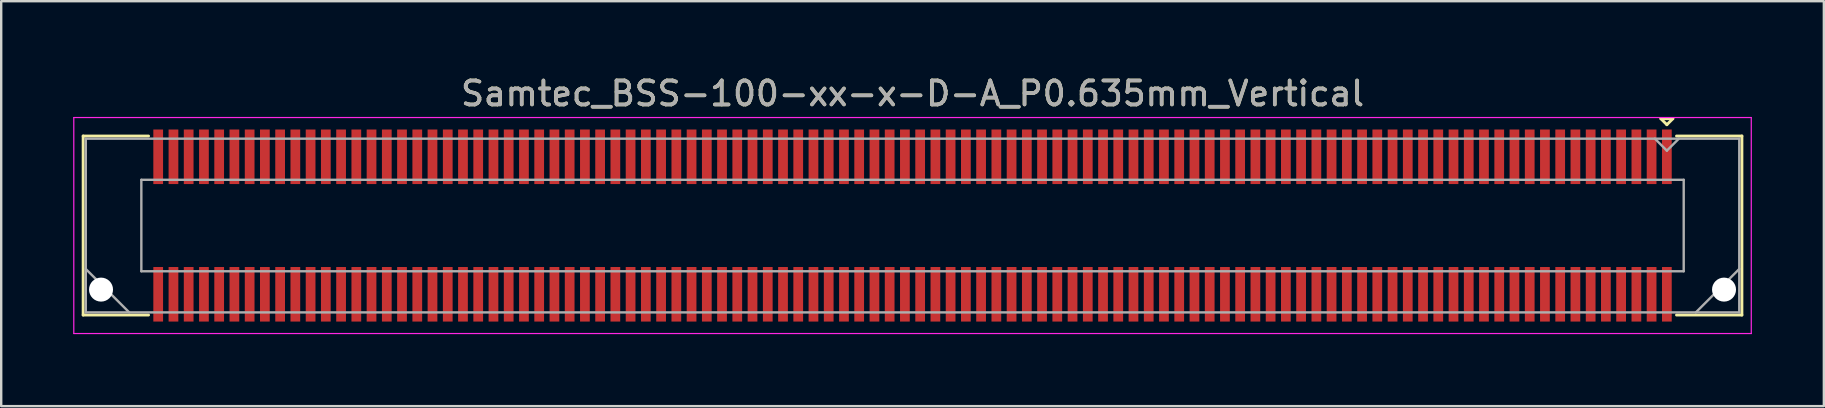
<source format=kicad_pcb>
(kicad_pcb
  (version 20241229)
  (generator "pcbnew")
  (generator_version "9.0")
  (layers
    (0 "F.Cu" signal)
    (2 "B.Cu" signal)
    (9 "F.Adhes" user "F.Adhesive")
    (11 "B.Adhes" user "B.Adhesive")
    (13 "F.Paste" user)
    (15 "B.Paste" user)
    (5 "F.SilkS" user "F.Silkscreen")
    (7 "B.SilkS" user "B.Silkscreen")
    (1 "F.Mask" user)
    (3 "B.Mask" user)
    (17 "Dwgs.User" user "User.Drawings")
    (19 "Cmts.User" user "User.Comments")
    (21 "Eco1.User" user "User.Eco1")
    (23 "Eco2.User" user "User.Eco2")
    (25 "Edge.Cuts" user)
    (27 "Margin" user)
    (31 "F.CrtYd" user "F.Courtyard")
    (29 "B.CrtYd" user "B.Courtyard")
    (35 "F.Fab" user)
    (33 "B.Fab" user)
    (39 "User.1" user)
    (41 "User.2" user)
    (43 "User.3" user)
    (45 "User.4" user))
  (footprint "Samtec_BSS-100-xx-x-D-A_P0.635mm_Vertical"
    (layer "F.Cu")
    (at 34.975 6.348)
    (property "Reference" "Samtec_BSS-100-xx-x-D-A_P0.635mm_Vertical" (at 0 -5.5 0) (layer "F.SilkS") (effects (font (size 1 1) (thickness 0.15))))
    (attr smd)
    (fp_line (start -34.56 -3.73) (end -31.835 -3.73) (stroke (width 0.12) (type solid)) (layer "F.SilkS"))
    (fp_line (start -34.56 3.73) (end -34.56 -3.73) (stroke (width 0.12) (type solid)) (layer "F.SilkS"))
    (fp_line (start -31.835 3.73) (end -34.56 3.73) (stroke (width 0.12) (type solid)) (layer "F.SilkS"))
    (fp_line (start 31.183 -4.452) (end 31.683 -4.452) (stroke (width 0.12) (type solid)) (layer "F.SilkS"))
    (fp_line (start 31.433 -4.202) (end 31.183 -4.452) (stroke (width 0.12) (type solid)) (layer "F.SilkS"))
    (fp_line (start 31.683 -4.452) (end 31.433 -4.202) (stroke (width 0.12) (type solid)) (layer "F.SilkS"))
    (fp_line (start 31.835 3.73) (end 34.56 3.73) (stroke (width 0.12) (type solid)) (layer "F.SilkS"))
    (fp_line (start 34.56 -3.73) (end 31.835 -3.73) (stroke (width 0.12) (type solid)) (layer "F.SilkS"))
    (fp_line (start 34.56 3.73) (end 34.56 -3.73) (stroke (width 0.12) (type solid)) (layer "F.SilkS"))
    (fp_line (start -34.95 -4.5) (end -34.95 4.5) (stroke (width 0.05) (type solid)) (layer "F.CrtYd"))
    (fp_line (start -34.95 4.5) (end 34.95 4.5) (stroke (width 0.05) (type solid)) (layer "F.CrtYd"))
    (fp_line (start 34.95 -4.5) (end -34.95 -4.5) (stroke (width 0.05) (type solid)) (layer "F.CrtYd"))
    (fp_line (start 34.95 4.5) (end 34.95 -4.5) (stroke (width 0.05) (type solid)) (layer "F.CrtYd"))
    (fp_line (start -34.45 -3.62) (end -34.45 3.62) (stroke (width 0.1) (type solid)) (layer "F.Fab"))
    (fp_line (start -34.45 1.81) (end -32.64 3.62) (stroke (width 0.1) (type solid)) (layer "F.Fab"))
    (fp_line (start -34.45 3.62) (end 34.45 3.62) (stroke (width 0.1) (type solid)) (layer "F.Fab"))
    (fp_line (start -32.135 -1.905) (end -32.135 1.905) (stroke (width 0.1) (type solid)) (layer "F.Fab"))
    (fp_line (start -32.135 1.905) (end 32.135 1.905) (stroke (width 0.1) (type solid)) (layer "F.Fab"))
    (fp_line (start 31.433 -3.12) (end 30.933 -3.62) (stroke (width 0.1) (type solid)) (layer "F.Fab"))
    (fp_line (start 31.933 -3.62) (end 31.433 -3.12) (stroke (width 0.1) (type solid)) (layer "F.Fab"))
    (fp_line (start 32.135 -1.905) (end -32.135 -1.905) (stroke (width 0.1) (type solid)) (layer "F.Fab"))
    (fp_line (start 32.135 1.905) (end 32.135 -1.905) (stroke (width 0.1) (type solid)) (layer "F.Fab"))
    (fp_line (start 34.45 -3.62) (end -34.45 -3.62) (stroke (width 0.1) (type solid)) (layer "F.Fab"))
    (fp_line (start 34.45 1.81) (end 32.64 3.62) (stroke (width 0.1) (type solid)) (layer "F.Fab"))
    (fp_line (start 34.45 3.62) (end 34.45 -3.62) (stroke (width 0.1) (type solid)) (layer "F.Fab"))
    (fp_text user "${REFERENCE}" (at 0 -5.5 0) (layer "F.Fab") (effects (font (size 1 1) (thickness 0.15))))
    (pad "" np_thru_hole circle (at -33.815 2.67) (size 1 1) (drill 1) (layers "*.Cu" "*.Mask"))
    (pad "" np_thru_hole circle (at 33.815 2.67) (size 1 1) (drill 1) (layers "*.Cu" "*.Mask"))
    (pad "1" smd rect (at 31.433 -2.865) (size 0.406 2.273) (layers "F.Cu" "F.Mask" "F.Paste"))
    (pad "2" smd rect (at 31.433 2.865) (size 0.406 2.273) (layers "F.Cu" "F.Mask" "F.Paste"))
    (pad "3" smd rect (at 30.797 -2.865) (size 0.406 2.273) (layers "F.Cu" "F.Mask" "F.Paste"))
    (pad "4" smd rect (at 30.797 2.865) (size 0.406 2.273) (layers "F.Cu" "F.Mask" "F.Paste"))
    (pad "5" smd rect (at 30.163 -2.865) (size 0.406 2.273) (layers "F.Cu" "F.Mask" "F.Paste"))
    (pad "6" smd rect (at 30.163 2.865) (size 0.406 2.273) (layers "F.Cu" "F.Mask" "F.Paste"))
    (pad "7" smd rect (at 29.527 -2.865) (size 0.406 2.273) (layers "F.Cu" "F.Mask" "F.Paste"))
    (pad "8" smd rect (at 29.527 2.865) (size 0.406 2.273) (layers "F.Cu" "F.Mask" "F.Paste"))
    (pad "9" smd rect (at 28.892 -2.865) (size 0.406 2.273) (layers "F.Cu" "F.Mask" "F.Paste"))
    (pad "10" smd rect (at 28.892 2.865) (size 0.406 2.273) (layers "F.Cu" "F.Mask" "F.Paste"))
    (pad "11" smd rect (at 28.258 -2.865) (size 0.406 2.273) (layers "F.Cu" "F.Mask" "F.Paste"))
    (pad "12" smd rect (at 28.258 2.865) (size 0.406 2.273) (layers "F.Cu" "F.Mask" "F.Paste"))
    (pad "13" smd rect (at 27.622 -2.865) (size 0.406 2.273) (layers "F.Cu" "F.Mask" "F.Paste"))
    (pad "14" smd rect (at 27.622 2.865) (size 0.406 2.273) (layers "F.Cu" "F.Mask" "F.Paste"))
    (pad "15" smd rect (at 26.988 -2.865) (size 0.406 2.273) (layers "F.Cu" "F.Mask" "F.Paste"))
    (pad "16" smd rect (at 26.988 2.865) (size 0.406 2.273) (layers "F.Cu" "F.Mask" "F.Paste"))
    (pad "17" smd rect (at 26.352 -2.865) (size 0.406 2.273) (layers "F.Cu" "F.Mask" "F.Paste"))
    (pad "18" smd rect (at 26.352 2.865) (size 0.406 2.273) (layers "F.Cu" "F.Mask" "F.Paste"))
    (pad "19" smd rect (at 25.718 -2.865) (size 0.406 2.273) (layers "F.Cu" "F.Mask" "F.Paste"))
    (pad "20" smd rect (at 25.718 2.865) (size 0.406 2.273) (layers "F.Cu" "F.Mask" "F.Paste"))
    (pad "21" smd rect (at 25.082 -2.865) (size 0.406 2.273) (layers "F.Cu" "F.Mask" "F.Paste"))
    (pad "22" smd rect (at 25.082 2.865) (size 0.406 2.273) (layers "F.Cu" "F.Mask" "F.Paste"))
    (pad "23" smd rect (at 24.448 -2.865) (size 0.406 2.273) (layers "F.Cu" "F.Mask" "F.Paste"))
    (pad "24" smd rect (at 24.448 2.865) (size 0.406 2.273) (layers "F.Cu" "F.Mask" "F.Paste"))
    (pad "25" smd rect (at 23.812 -2.865) (size 0.406 2.273) (layers "F.Cu" "F.Mask" "F.Paste"))
    (pad "26" smd rect (at 23.812 2.865) (size 0.406 2.273) (layers "F.Cu" "F.Mask" "F.Paste"))
    (pad "27" smd rect (at 23.177 -2.865) (size 0.406 2.273) (layers "F.Cu" "F.Mask" "F.Paste"))
    (pad "28" smd rect (at 23.177 2.865) (size 0.406 2.273) (layers "F.Cu" "F.Mask" "F.Paste"))
    (pad "29" smd rect (at 22.543 -2.865) (size 0.406 2.273) (layers "F.Cu" "F.Mask" "F.Paste"))
    (pad "30" smd rect (at 22.543 2.865) (size 0.406 2.273) (layers "F.Cu" "F.Mask" "F.Paste"))
    (pad "31" smd rect (at 21.907 -2.865) (size 0.406 2.273) (layers "F.Cu" "F.Mask" "F.Paste"))
    (pad "32" smd rect (at 21.907 2.865) (size 0.406 2.273) (layers "F.Cu" "F.Mask" "F.Paste"))
    (pad "33" smd rect (at 21.273 -2.865) (size 0.406 2.273) (layers "F.Cu" "F.Mask" "F.Paste"))
    (pad "34" smd rect (at 21.273 2.865) (size 0.406 2.273) (layers "F.Cu" "F.Mask" "F.Paste"))
    (pad "35" smd rect (at 20.637 -2.865) (size 0.406 2.273) (layers "F.Cu" "F.Mask" "F.Paste"))
    (pad "36" smd rect (at 20.637 2.865) (size 0.406 2.273) (layers "F.Cu" "F.Mask" "F.Paste"))
    (pad "37" smd rect (at 20.003 -2.865) (size 0.406 2.273) (layers "F.Cu" "F.Mask" "F.Paste"))
    (pad "38" smd rect (at 20.003 2.865) (size 0.406 2.273) (layers "F.Cu" "F.Mask" "F.Paste"))
    (pad "39" smd rect (at 19.367 -2.865) (size 0.406 2.273) (layers "F.Cu" "F.Mask" "F.Paste"))
    (pad "40" smd rect (at 19.367 2.865) (size 0.406 2.273) (layers "F.Cu" "F.Mask" "F.Paste"))
    (pad "41" smd rect (at 18.733 -2.865) (size 0.406 2.273) (layers "F.Cu" "F.Mask" "F.Paste"))
    (pad "42" smd rect (at 18.733 2.865) (size 0.406 2.273) (layers "F.Cu" "F.Mask" "F.Paste"))
    (pad "43" smd rect (at 18.098 -2.865) (size 0.406 2.273) (layers "F.Cu" "F.Mask" "F.Paste"))
    (pad "44" smd rect (at 18.098 2.865) (size 0.406 2.273) (layers "F.Cu" "F.Mask" "F.Paste"))
    (pad "45" smd rect (at 17.462 -2.865) (size 0.406 2.273) (layers "F.Cu" "F.Mask" "F.Paste"))
    (pad "46" smd rect (at 17.462 2.865) (size 0.406 2.273) (layers "F.Cu" "F.Mask" "F.Paste"))
    (pad "47" smd rect (at 16.828 -2.865) (size 0.406 2.273) (layers "F.Cu" "F.Mask" "F.Paste"))
    (pad "48" smd rect (at 16.828 2.865) (size 0.406 2.273) (layers "F.Cu" "F.Mask" "F.Paste"))
    (pad "49" smd rect (at 16.192 -2.865) (size 0.406 2.273) (layers "F.Cu" "F.Mask" "F.Paste"))
    (pad "50" smd rect (at 16.192 2.865) (size 0.406 2.273) (layers "F.Cu" "F.Mask" "F.Paste"))
    (pad "51" smd rect (at 15.557 -2.865) (size 0.406 2.273) (layers "F.Cu" "F.Mask" "F.Paste"))
    (pad "52" smd rect (at 15.557 2.865) (size 0.406 2.273) (layers "F.Cu" "F.Mask" "F.Paste"))
    (pad "53" smd rect (at 14.922 -2.865) (size 0.406 2.273) (layers "F.Cu" "F.Mask" "F.Paste"))
    (pad "54" smd rect (at 14.922 2.865) (size 0.406 2.273) (layers "F.Cu" "F.Mask" "F.Paste"))
    (pad "55" smd rect (at 14.287 -2.865) (size 0.406 2.273) (layers "F.Cu" "F.Mask" "F.Paste"))
    (pad "56" smd rect (at 14.287 2.865) (size 0.406 2.273) (layers "F.Cu" "F.Mask" "F.Paste"))
    (pad "57" smd rect (at 13.652 -2.865) (size 0.406 2.273) (layers "F.Cu" "F.Mask" "F.Paste"))
    (pad "58" smd rect (at 13.652 2.865) (size 0.406 2.273) (layers "F.Cu" "F.Mask" "F.Paste"))
    (pad "59" smd rect (at 13.018 -2.865) (size 0.406 2.273) (layers "F.Cu" "F.Mask" "F.Paste"))
    (pad "60" smd rect (at 13.018 2.865) (size 0.406 2.273) (layers "F.Cu" "F.Mask" "F.Paste"))
    (pad "61" smd rect (at 12.383 -2.865) (size 0.406 2.273) (layers "F.Cu" "F.Mask" "F.Paste"))
    (pad "62" smd rect (at 12.383 2.865) (size 0.406 2.273) (layers "F.Cu" "F.Mask" "F.Paste"))
    (pad "63" smd rect (at 11.748 -2.865) (size 0.406 2.273) (layers "F.Cu" "F.Mask" "F.Paste"))
    (pad "64" smd rect (at 11.748 2.865) (size 0.406 2.273) (layers "F.Cu" "F.Mask" "F.Paste"))
    (pad "65" smd rect (at 11.113 -2.865) (size 0.406 2.273) (layers "F.Cu" "F.Mask" "F.Paste"))
    (pad "66" smd rect (at 11.113 2.865) (size 0.406 2.273) (layers "F.Cu" "F.Mask" "F.Paste"))
    (pad "67" smd rect (at 10.477 -2.865) (size 0.406 2.273) (layers "F.Cu" "F.Mask" "F.Paste"))
    (pad "68" smd rect (at 10.477 2.865) (size 0.406 2.273) (layers "F.Cu" "F.Mask" "F.Paste"))
    (pad "69" smd rect (at 9.842 -2.865) (size 0.406 2.273) (layers "F.Cu" "F.Mask" "F.Paste"))
    (pad "70" smd rect (at 9.842 2.865) (size 0.406 2.273) (layers "F.Cu" "F.Mask" "F.Paste"))
    (pad "71" smd rect (at 9.207 -2.865) (size 0.406 2.273) (layers "F.Cu" "F.Mask" "F.Paste"))
    (pad "72" smd rect (at 9.207 2.865) (size 0.406 2.273) (layers "F.Cu" "F.Mask" "F.Paste"))
    (pad "73" smd rect (at 8.572 -2.865) (size 0.406 2.273) (layers "F.Cu" "F.Mask" "F.Paste"))
    (pad "74" smd rect (at 8.572 2.865) (size 0.406 2.273) (layers "F.Cu" "F.Mask" "F.Paste"))
    (pad "75" smd rect (at 7.938 -2.865) (size 0.406 2.273) (layers "F.Cu" "F.Mask" "F.Paste"))
    (pad "76" smd rect (at 7.938 2.865) (size 0.406 2.273) (layers "F.Cu" "F.Mask" "F.Paste"))
    (pad "77" smd rect (at 7.303 -2.865) (size 0.406 2.273) (layers "F.Cu" "F.Mask" "F.Paste"))
    (pad "78" smd rect (at 7.303 2.865) (size 0.406 2.273) (layers "F.Cu" "F.Mask" "F.Paste"))
    (pad "79" smd rect (at 6.668 -2.865) (size 0.406 2.273) (layers "F.Cu" "F.Mask" "F.Paste"))
    (pad "80" smd rect (at 6.668 2.865) (size 0.406 2.273) (layers "F.Cu" "F.Mask" "F.Paste"))
    (pad "81" smd rect (at 6.032 -2.865) (size 0.406 2.273) (layers "F.Cu" "F.Mask" "F.Paste"))
    (pad "82" smd rect (at 6.032 2.865) (size 0.406 2.273) (layers "F.Cu" "F.Mask" "F.Paste"))
    (pad "83" smd rect (at 5.397 -2.865) (size 0.406 2.273) (layers "F.Cu" "F.Mask" "F.Paste"))
    (pad "84" smd rect (at 5.397 2.865) (size 0.406 2.273) (layers "F.Cu" "F.Mask" "F.Paste"))
    (pad "85" smd rect (at 4.763 -2.865) (size 0.406 2.273) (layers "F.Cu" "F.Mask" "F.Paste"))
    (pad "86" smd rect (at 4.763 2.865) (size 0.406 2.273) (layers "F.Cu" "F.Mask" "F.Paste"))
    (pad "87" smd rect (at 4.128 -2.865) (size 0.406 2.273) (layers "F.Cu" "F.Mask" "F.Paste"))
    (pad "88" smd rect (at 4.128 2.865) (size 0.406 2.273) (layers "F.Cu" "F.Mask" "F.Paste"))
    (pad "89" smd rect (at 3.493 -2.865) (size 0.406 2.273) (layers "F.Cu" "F.Mask" "F.Paste"))
    (pad "90" smd rect (at 3.493 2.865) (size 0.406 2.273) (layers "F.Cu" "F.Mask" "F.Paste"))
    (pad "91" smd rect (at 2.857 -2.865) (size 0.406 2.273) (layers "F.Cu" "F.Mask" "F.Paste"))
    (pad "92" smd rect (at 2.857 2.865) (size 0.406 2.273) (layers "F.Cu" "F.Mask" "F.Paste"))
    (pad "93" smd rect (at 2.223 -2.865) (size 0.406 2.273) (layers "F.Cu" "F.Mask" "F.Paste"))
    (pad "94" smd rect (at 2.223 2.865) (size 0.406 2.273) (layers "F.Cu" "F.Mask" "F.Paste"))
    (pad "95" smd rect (at 1.587 -2.865) (size 0.406 2.273) (layers "F.Cu" "F.Mask" "F.Paste"))
    (pad "96" smd rect (at 1.587 2.865) (size 0.406 2.273) (layers "F.Cu" "F.Mask" "F.Paste"))
    (pad "97" smd rect (at 0.953 -2.865) (size 0.406 2.273) (layers "F.Cu" "F.Mask" "F.Paste"))
    (pad "98" smd rect (at 0.953 2.865) (size 0.406 2.273) (layers "F.Cu" "F.Mask" "F.Paste"))
    (pad "99" smd rect (at 0.318 -2.865) (size 0.406 2.273) (layers "F.Cu" "F.Mask" "F.Paste"))
    (pad "100" smd rect (at 0.318 2.865) (size 0.406 2.273) (layers "F.Cu" "F.Mask" "F.Paste"))
    (pad "101" smd rect (at -0.318 -2.865) (size 0.406 2.273) (layers "F.Cu" "F.Mask" "F.Paste"))
    (pad "102" smd rect (at -0.318 2.865) (size 0.406 2.273) (layers "F.Cu" "F.Mask" "F.Paste"))
    (pad "103" smd rect (at -0.953 -2.865) (size 0.406 2.273) (layers "F.Cu" "F.Mask" "F.Paste"))
    (pad "104" smd rect (at -0.953 2.865) (size 0.406 2.273) (layers "F.Cu" "F.Mask" "F.Paste"))
    (pad "105" smd rect (at -1.587 -2.865) (size 0.406 2.273) (layers "F.Cu" "F.Mask" "F.Paste"))
    (pad "106" smd rect (at -1.587 2.865) (size 0.406 2.273) (layers "F.Cu" "F.Mask" "F.Paste"))
    (pad "107" smd rect (at -2.223 -2.865) (size 0.406 2.273) (layers "F.Cu" "F.Mask" "F.Paste"))
    (pad "108" smd rect (at -2.223 2.865) (size 0.406 2.273) (layers "F.Cu" "F.Mask" "F.Paste"))
    (pad "109" smd rect (at -2.857 -2.865) (size 0.406 2.273) (layers "F.Cu" "F.Mask" "F.Paste"))
    (pad "110" smd rect (at -2.857 2.865) (size 0.406 2.273) (layers "F.Cu" "F.Mask" "F.Paste"))
    (pad "111" smd rect (at -3.493 -2.865) (size 0.406 2.273) (layers "F.Cu" "F.Mask" "F.Paste"))
    (pad "112" smd rect (at -3.493 2.865) (size 0.406 2.273) (layers "F.Cu" "F.Mask" "F.Paste"))
    (pad "113" smd rect (at -4.128 -2.865) (size 0.406 2.273) (layers "F.Cu" "F.Mask" "F.Paste"))
    (pad "114" smd rect (at -4.128 2.865) (size 0.406 2.273) (layers "F.Cu" "F.Mask" "F.Paste"))
    (pad "115" smd rect (at -4.763 -2.865) (size 0.406 2.273) (layers "F.Cu" "F.Mask" "F.Paste"))
    (pad "116" smd rect (at -4.763 2.865) (size 0.406 2.273) (layers "F.Cu" "F.Mask" "F.Paste"))
    (pad "117" smd rect (at -5.397 -2.865) (size 0.406 2.273) (layers "F.Cu" "F.Mask" "F.Paste"))
    (pad "118" smd rect (at -5.397 2.865) (size 0.406 2.273) (layers "F.Cu" "F.Mask" "F.Paste"))
    (pad "119" smd rect (at -6.032 -2.865) (size 0.406 2.273) (layers "F.Cu" "F.Mask" "F.Paste"))
    (pad "120" smd rect (at -6.032 2.865) (size 0.406 2.273) (layers "F.Cu" "F.Mask" "F.Paste"))
    (pad "121" smd rect (at -6.668 -2.865) (size 0.406 2.273) (layers "F.Cu" "F.Mask" "F.Paste"))
    (pad "122" smd rect (at -6.668 2.865) (size 0.406 2.273) (layers "F.Cu" "F.Mask" "F.Paste"))
    (pad "123" smd rect (at -7.303 -2.865) (size 0.406 2.273) (layers "F.Cu" "F.Mask" "F.Paste"))
    (pad "124" smd rect (at -7.303 2.865) (size 0.406 2.273) (layers "F.Cu" "F.Mask" "F.Paste"))
    (pad "125" smd rect (at -7.938 -2.865) (size 0.406 2.273) (layers "F.Cu" "F.Mask" "F.Paste"))
    (pad "126" smd rect (at -7.938 2.865) (size 0.406 2.273) (layers "F.Cu" "F.Mask" "F.Paste"))
    (pad "127" smd rect (at -8.572 -2.865) (size 0.406 2.273) (layers "F.Cu" "F.Mask" "F.Paste"))
    (pad "128" smd rect (at -8.572 2.865) (size 0.406 2.273) (layers "F.Cu" "F.Mask" "F.Paste"))
    (pad "129" smd rect (at -9.207 -2.865) (size 0.406 2.273) (layers "F.Cu" "F.Mask" "F.Paste"))
    (pad "130" smd rect (at -9.207 2.865) (size 0.406 2.273) (layers "F.Cu" "F.Mask" "F.Paste"))
    (pad "131" smd rect (at -9.842 -2.865) (size 0.406 2.273) (layers "F.Cu" "F.Mask" "F.Paste"))
    (pad "132" smd rect (at -9.842 2.865) (size 0.406 2.273) (layers "F.Cu" "F.Mask" "F.Paste"))
    (pad "133" smd rect (at -10.477 -2.865) (size 0.406 2.273) (layers "F.Cu" "F.Mask" "F.Paste"))
    (pad "134" smd rect (at -10.477 2.865) (size 0.406 2.273) (layers "F.Cu" "F.Mask" "F.Paste"))
    (pad "135" smd rect (at -11.113 -2.865) (size 0.406 2.273) (layers "F.Cu" "F.Mask" "F.Paste"))
    (pad "136" smd rect (at -11.113 2.865) (size 0.406 2.273) (layers "F.Cu" "F.Mask" "F.Paste"))
    (pad "137" smd rect (at -11.748 -2.865) (size 0.406 2.273) (layers "F.Cu" "F.Mask" "F.Paste"))
    (pad "138" smd rect (at -11.748 2.865) (size 0.406 2.273) (layers "F.Cu" "F.Mask" "F.Paste"))
    (pad "139" smd rect (at -12.383 -2.865) (size 0.406 2.273) (layers "F.Cu" "F.Mask" "F.Paste"))
    (pad "140" smd rect (at -12.383 2.865) (size 0.406 2.273) (layers "F.Cu" "F.Mask" "F.Paste"))
    (pad "141" smd rect (at -13.018 -2.865) (size 0.406 2.273) (layers "F.Cu" "F.Mask" "F.Paste"))
    (pad "142" smd rect (at -13.018 2.865) (size 0.406 2.273) (layers "F.Cu" "F.Mask" "F.Paste"))
    (pad "143" smd rect (at -13.652 -2.865) (size 0.406 2.273) (layers "F.Cu" "F.Mask" "F.Paste"))
    (pad "144" smd rect (at -13.652 2.865) (size 0.406 2.273) (layers "F.Cu" "F.Mask" "F.Paste"))
    (pad "145" smd rect (at -14.287 -2.865) (size 0.406 2.273) (layers "F.Cu" "F.Mask" "F.Paste"))
    (pad "146" smd rect (at -14.287 2.865) (size 0.406 2.273) (layers "F.Cu" "F.Mask" "F.Paste"))
    (pad "147" smd rect (at -14.922 -2.865) (size 0.406 2.273) (layers "F.Cu" "F.Mask" "F.Paste"))
    (pad "148" smd rect (at -14.922 2.865) (size 0.406 2.273) (layers "F.Cu" "F.Mask" "F.Paste"))
    (pad "149" smd rect (at -15.557 -2.865) (size 0.406 2.273) (layers "F.Cu" "F.Mask" "F.Paste"))
    (pad "150" smd rect (at -15.557 2.865) (size 0.406 2.273) (layers "F.Cu" "F.Mask" "F.Paste"))
    (pad "151" smd rect (at -16.192 -2.865) (size 0.406 2.273) (layers "F.Cu" "F.Mask" "F.Paste"))
    (pad "152" smd rect (at -16.192 2.865) (size 0.406 2.273) (layers "F.Cu" "F.Mask" "F.Paste"))
    (pad "153" smd rect (at -16.828 -2.865) (size 0.406 2.273) (layers "F.Cu" "F.Mask" "F.Paste"))
    (pad "154" smd rect (at -16.828 2.865) (size 0.406 2.273) (layers "F.Cu" "F.Mask" "F.Paste"))
    (pad "155" smd rect (at -17.462 -2.865) (size 0.406 2.273) (layers "F.Cu" "F.Mask" "F.Paste"))
    (pad "156" smd rect (at -17.462 2.865) (size 0.406 2.273) (layers "F.Cu" "F.Mask" "F.Paste"))
    (pad "157" smd rect (at -18.098 -2.865) (size 0.406 2.273) (layers "F.Cu" "F.Mask" "F.Paste"))
    (pad "158" smd rect (at -18.098 2.865) (size 0.406 2.273) (layers "F.Cu" "F.Mask" "F.Paste"))
    (pad "159" smd rect (at -18.733 -2.865) (size 0.406 2.273) (layers "F.Cu" "F.Mask" "F.Paste"))
    (pad "160" smd rect (at -18.733 2.865) (size 0.406 2.273) (layers "F.Cu" "F.Mask" "F.Paste"))
    (pad "161" smd rect (at -19.367 -2.865) (size 0.406 2.273) (layers "F.Cu" "F.Mask" "F.Paste"))
    (pad "162" smd rect (at -19.367 2.865) (size 0.406 2.273) (layers "F.Cu" "F.Mask" "F.Paste"))
    (pad "163" smd rect (at -20.003 -2.865) (size 0.406 2.273) (layers "F.Cu" "F.Mask" "F.Paste"))
    (pad "164" smd rect (at -20.003 2.865) (size 0.406 2.273) (layers "F.Cu" "F.Mask" "F.Paste"))
    (pad "165" smd rect (at -20.637 -2.865) (size 0.406 2.273) (layers "F.Cu" "F.Mask" "F.Paste"))
    (pad "166" smd rect (at -20.637 2.865) (size 0.406 2.273) (layers "F.Cu" "F.Mask" "F.Paste"))
    (pad "167" smd rect (at -21.273 -2.865) (size 0.406 2.273) (layers "F.Cu" "F.Mask" "F.Paste"))
    (pad "168" smd rect (at -21.273 2.865) (size 0.406 2.273) (layers "F.Cu" "F.Mask" "F.Paste"))
    (pad "169" smd rect (at -21.907 -2.865) (size 0.406 2.273) (layers "F.Cu" "F.Mask" "F.Paste"))
    (pad "170" smd rect (at -21.907 2.865) (size 0.406 2.273) (layers "F.Cu" "F.Mask" "F.Paste"))
    (pad "171" smd rect (at -22.543 -2.865) (size 0.406 2.273) (layers "F.Cu" "F.Mask" "F.Paste"))
    (pad "172" smd rect (at -22.543 2.865) (size 0.406 2.273) (layers "F.Cu" "F.Mask" "F.Paste"))
    (pad "173" smd rect (at -23.177 -2.865) (size 0.406 2.273) (layers "F.Cu" "F.Mask" "F.Paste"))
    (pad "174" smd rect (at -23.177 2.865) (size 0.406 2.273) (layers "F.Cu" "F.Mask" "F.Paste"))
    (pad "175" smd rect (at -23.812 -2.865) (size 0.406 2.273) (layers "F.Cu" "F.Mask" "F.Paste"))
    (pad "176" smd rect (at -23.812 2.865) (size 0.406 2.273) (layers "F.Cu" "F.Mask" "F.Paste"))
    (pad "177" smd rect (at -24.448 -2.865) (size 0.406 2.273) (layers "F.Cu" "F.Mask" "F.Paste"))
    (pad "178" smd rect (at -24.448 2.865) (size 0.406 2.273) (layers "F.Cu" "F.Mask" "F.Paste"))
    (pad "179" smd rect (at -25.082 -2.865) (size 0.406 2.273) (layers "F.Cu" "F.Mask" "F.Paste"))
    (pad "180" smd rect (at -25.082 2.865) (size 0.406 2.273) (layers "F.Cu" "F.Mask" "F.Paste"))
    (pad "181" smd rect (at -25.718 -2.865) (size 0.406 2.273) (layers "F.Cu" "F.Mask" "F.Paste"))
    (pad "182" smd rect (at -25.718 2.865) (size 0.406 2.273) (layers "F.Cu" "F.Mask" "F.Paste"))
    (pad "183" smd rect (at -26.352 -2.865) (size 0.406 2.273) (layers "F.Cu" "F.Mask" "F.Paste"))
    (pad "184" smd rect (at -26.352 2.865) (size 0.406 2.273) (layers "F.Cu" "F.Mask" "F.Paste"))
    (pad "185" smd rect (at -26.988 -2.865) (size 0.406 2.273) (layers "F.Cu" "F.Mask" "F.Paste"))
    (pad "186" smd rect (at -26.988 2.865) (size 0.406 2.273) (layers "F.Cu" "F.Mask" "F.Paste"))
    (pad "187" smd rect (at -27.622 -2.865) (size 0.406 2.273) (layers "F.Cu" "F.Mask" "F.Paste"))
    (pad "188" smd rect (at -27.622 2.865) (size 0.406 2.273) (layers "F.Cu" "F.Mask" "F.Paste"))
    (pad "189" smd rect (at -28.258 -2.865) (size 0.406 2.273) (layers "F.Cu" "F.Mask" "F.Paste"))
    (pad "190" smd rect (at -28.258 2.865) (size 0.406 2.273) (layers "F.Cu" "F.Mask" "F.Paste"))
    (pad "191" smd rect (at -28.892 -2.865) (size 0.406 2.273) (layers "F.Cu" "F.Mask" "F.Paste"))
    (pad "192" smd rect (at -28.892 2.865) (size 0.406 2.273) (layers "F.Cu" "F.Mask" "F.Paste"))
    (pad "193" smd rect (at -29.527 -2.865) (size 0.406 2.273) (layers "F.Cu" "F.Mask" "F.Paste"))
    (pad "194" smd rect (at -29.527 2.865) (size 0.406 2.273) (layers "F.Cu" "F.Mask" "F.Paste"))
    (pad "195" smd rect (at -30.163 -2.865) (size 0.406 2.273) (layers "F.Cu" "F.Mask" "F.Paste"))
    (pad "196" smd rect (at -30.163 2.865) (size 0.406 2.273) (layers "F.Cu" "F.Mask" "F.Paste"))
    (pad "197" smd rect (at -30.797 -2.865) (size 0.406 2.273) (layers "F.Cu" "F.Mask" "F.Paste"))
    (pad "198" smd rect (at -30.797 2.865) (size 0.406 2.273) (layers "F.Cu" "F.Mask" "F.Paste"))
    (pad "199" smd rect (at -31.433 -2.865) (size 0.406 2.273) (layers "F.Cu" "F.Mask" "F.Paste"))
    (pad "200" smd rect (at -31.433 2.865) (size 0.406 2.273) (layers "F.Cu" "F.Mask" "F.Paste")))
  (gr_rect
    (start -3 -3)
    (end 72.95 13.873)
    (stroke (width 0.1) (type default))
    (fill no)
    (layer "Edge.Cuts")))
</source>
